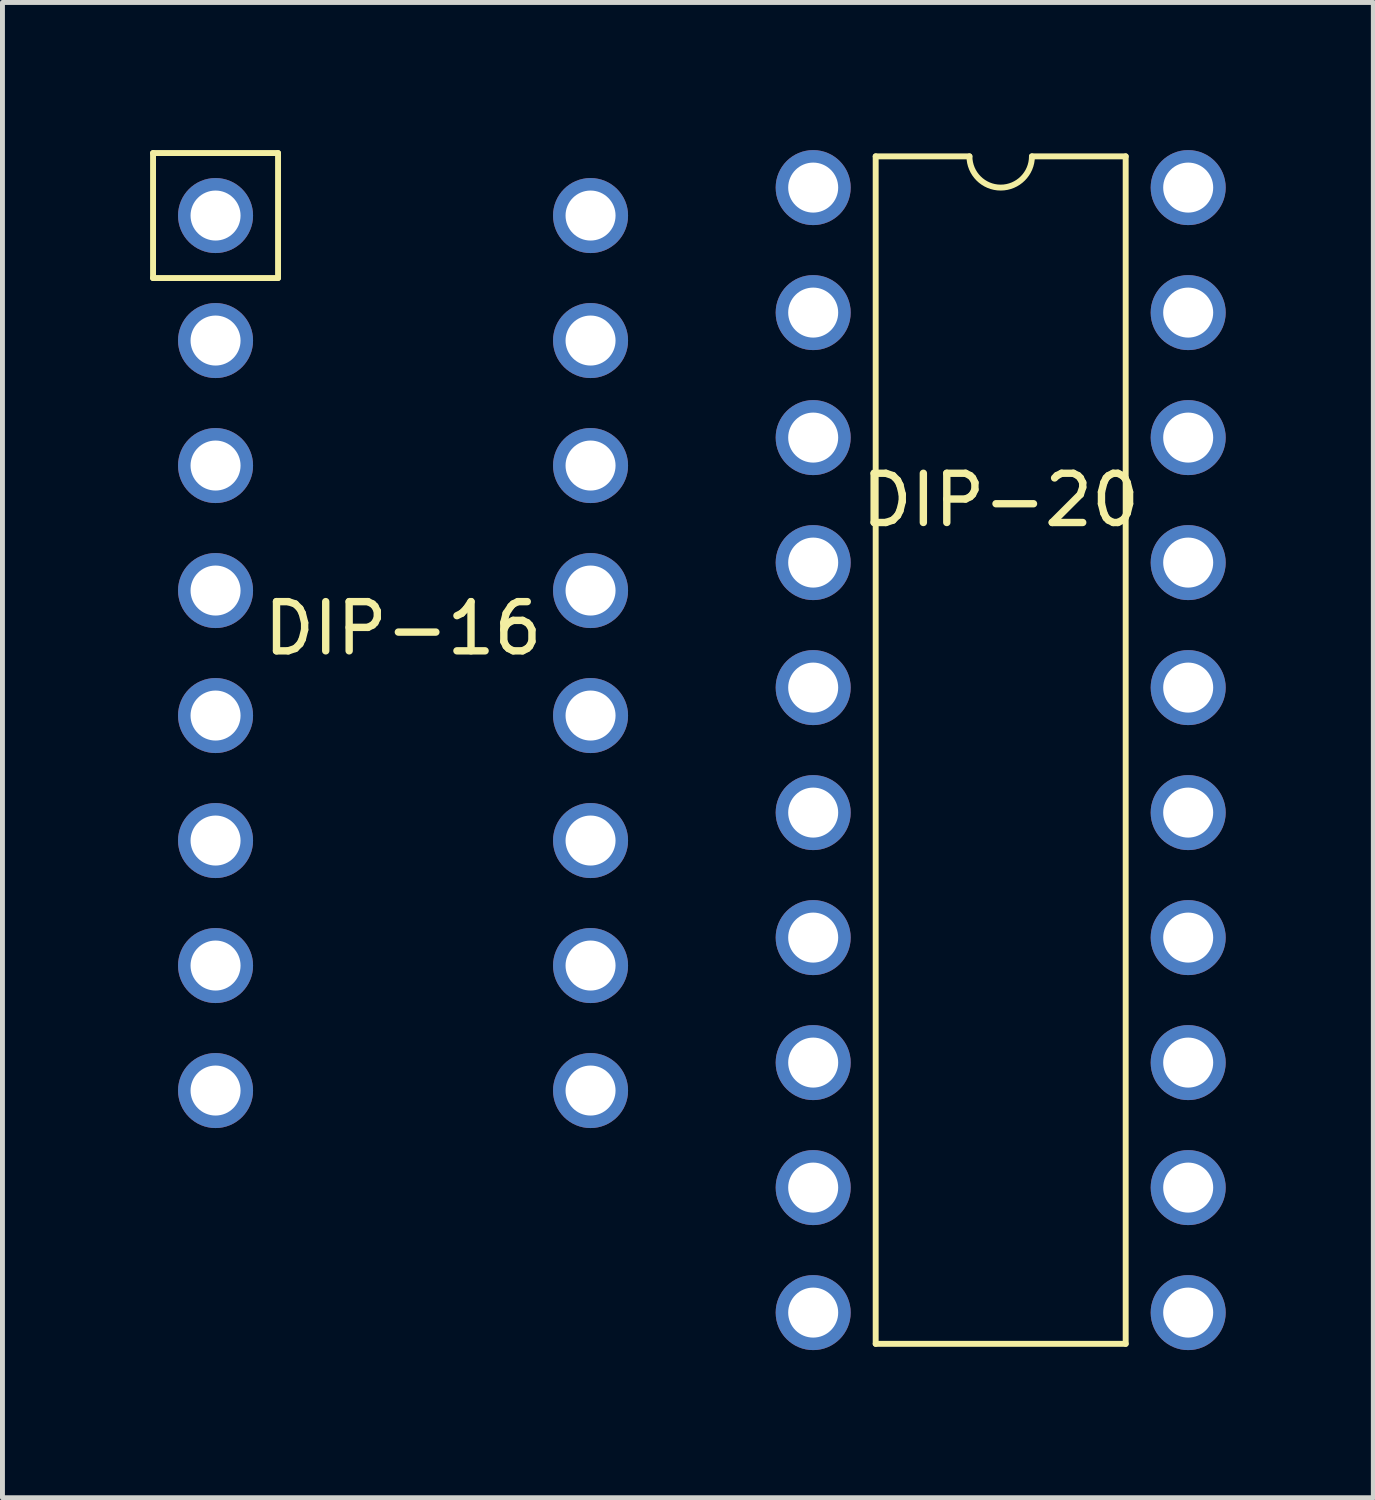
<source format=kicad_pcb>
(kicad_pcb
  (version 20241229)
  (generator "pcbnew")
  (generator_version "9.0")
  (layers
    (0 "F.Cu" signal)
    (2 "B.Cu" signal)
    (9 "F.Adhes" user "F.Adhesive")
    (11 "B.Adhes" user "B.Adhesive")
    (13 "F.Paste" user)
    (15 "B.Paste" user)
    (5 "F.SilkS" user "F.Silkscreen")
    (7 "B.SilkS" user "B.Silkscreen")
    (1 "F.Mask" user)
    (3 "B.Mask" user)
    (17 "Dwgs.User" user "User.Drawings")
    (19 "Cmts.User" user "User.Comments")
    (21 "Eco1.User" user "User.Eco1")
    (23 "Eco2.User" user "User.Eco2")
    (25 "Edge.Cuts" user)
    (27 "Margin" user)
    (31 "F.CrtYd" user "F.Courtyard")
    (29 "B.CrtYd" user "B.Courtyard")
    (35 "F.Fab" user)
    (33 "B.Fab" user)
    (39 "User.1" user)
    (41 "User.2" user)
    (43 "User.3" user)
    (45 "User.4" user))
  (footprint "DIP-20"
    (layer "F.Cu")
    (at 17.284 12.192)
    (property "Reference" "DIP-20" (at 0 -5.08 0) (unlocked yes) (layer "F.SilkS") (effects (font (size 1 1) (thickness 0.15))))
    (attr smd)
    (fp_line (start -2.54 -12.065) (end -2.54 12.065) (stroke (width 0.12) (type solid)) (layer "F.SilkS"))
    (fp_line (start -2.54 -12.065) (end -0.635 -12.065) (stroke (width 0.12) (type solid)) (layer "F.SilkS"))
    (fp_line (start -2.54 12.065) (end 2.54 12.065) (stroke (width 0.12) (type solid)) (layer "F.SilkS"))
    (fp_line (start 2.54 -12.065) (end 0.635 -12.065) (stroke (width 0.12) (type solid)) (layer "F.SilkS"))
    (fp_line (start 2.54 12.065) (end 2.54 -12.065) (stroke (width 0.12) (type solid)) (layer "F.SilkS"))
    (fp_arc (start 0.635 -12.065) (mid 0 -11.43) (end -0.635 -12.065) (stroke (width 0.12) (type solid)) (layer "F.SilkS"))
    (pad "1" thru_hole circle (at -3.81 -11.43) (size 1.524 1.524) (drill 1.016) (layers "*.Cu" "*.Mask"))
    (pad "2" thru_hole circle (at -3.81 -8.89) (size 1.524 1.524) (drill 1.016) (layers "*.Cu" "*.Mask"))
    (pad "3" thru_hole circle (at -3.81 -6.35) (size 1.524 1.524) (drill 1.016) (layers "*.Cu" "*.Mask"))
    (pad "4" thru_hole circle (at -3.81 -3.81) (size 1.524 1.524) (drill 1.016) (layers "*.Cu" "*.Mask"))
    (pad "5" thru_hole circle (at -3.81 -1.27) (size 1.524 1.524) (drill 1.016) (layers "*.Cu" "*.Mask"))
    (pad "6" thru_hole circle (at -3.81 1.27) (size 1.524 1.524) (drill 1.016) (layers "*.Cu" "*.Mask"))
    (pad "7" thru_hole circle (at -3.81 3.81) (size 1.524 1.524) (drill 1.016) (layers "*.Cu" "*.Mask"))
    (pad "8" thru_hole circle (at -3.81 6.35) (size 1.524 1.524) (drill 1.016) (layers "*.Cu" "*.Mask"))
    (pad "9" thru_hole circle (at -3.81 8.89) (size 1.524 1.524) (drill 1.016) (layers "*.Cu" "*.Mask"))
    (pad "10" thru_hole circle (at -3.81 11.43) (size 1.524 1.524) (drill 1.016) (layers "*.Cu" "*.Mask"))
    (pad "11" thru_hole circle (at 3.81 11.43) (size 1.524 1.524) (drill 1.016) (layers "*.Cu" "*.Mask"))
    (pad "12" thru_hole circle (at 3.81 8.89) (size 1.524 1.524) (drill 1.016) (layers "*.Cu" "*.Mask"))
    (pad "13" thru_hole circle (at 3.81 6.35) (size 1.524 1.524) (drill 1.016) (layers "*.Cu" "*.Mask"))
    (pad "14" thru_hole circle (at 3.81 3.81) (size 1.524 1.524) (drill 1.016) (layers "*.Cu" "*.Mask"))
    (pad "15" thru_hole circle (at 3.81 1.27) (size 1.524 1.524) (drill 1.016) (layers "*.Cu" "*.Mask"))
    (pad "16" thru_hole circle (at 3.81 -1.27) (size 1.524 1.524) (drill 1.016) (layers "*.Cu" "*.Mask"))
    (pad "17" thru_hole circle (at 3.81 -3.81) (size 1.524 1.524) (drill 1.016) (layers "*.Cu" "*.Mask"))
    (pad "18" thru_hole circle (at 3.81 -6.35) (size 1.524 1.524) (drill 1.016) (layers "*.Cu" "*.Mask"))
    (pad "19" thru_hole circle (at 3.81 -8.89) (size 1.524 1.524) (drill 1.016) (layers "*.Cu" "*.Mask"))
    (pad "20" thru_hole circle (at 3.81 -11.43) (size 1.524 1.524) (drill 1.016) (layers "*.Cu" "*.Mask")))
  (footprint "DIP-16"
    (layer "F.Cu")
    (at 5.14 10.22)
    (property "Reference" "DIP-16" (at 0 -0.5 0) (unlocked yes) (layer "F.SilkS") (effects (font (size 1 1) (thickness 0.15))))
    (attr smd)
    (fp_line (start -5.08 -10.16) (end -5.08 -7.62) (stroke (width 0.12) (type solid)) (layer "F.SilkS"))
    (fp_line (start -5.08 -7.62) (end -2.54 -7.62) (stroke (width 0.12) (type solid)) (layer "F.SilkS"))
    (fp_line (start -2.54 -10.16) (end -5.08 -10.16) (stroke (width 0.12) (type solid)) (layer "F.SilkS"))
    (fp_line (start -2.54 -7.62) (end -2.54 -10.16) (stroke (width 0.12) (type solid)) (layer "F.SilkS"))
    (pad "1" thru_hole circle (at -3.81 -8.89) (size 1.524 1.524) (drill 1.016) (layers "*.Cu" "*.Mask"))
    (pad "2" thru_hole circle (at -3.81 -6.35) (size 1.524 1.524) (drill 1.016) (layers "*.Cu" "*.Mask"))
    (pad "3" thru_hole circle (at -3.81 -3.81) (size 1.524 1.524) (drill 1.016) (layers "*.Cu" "*.Mask"))
    (pad "4" thru_hole circle (at -3.81 -1.27) (size 1.524 1.524) (drill 1.016) (layers "*.Cu" "*.Mask"))
    (pad "5" thru_hole circle (at -3.81 1.27) (size 1.524 1.524) (drill 1.016) (layers "*.Cu" "*.Mask"))
    (pad "6" thru_hole circle (at -3.81 3.81) (size 1.524 1.524) (drill 1.016) (layers "*.Cu" "*.Mask"))
    (pad "7" thru_hole circle (at -3.81 6.35) (size 1.524 1.524) (drill 1.016) (layers "*.Cu" "*.Mask"))
    (pad "8" thru_hole circle (at -3.81 8.89) (size 1.524 1.524) (drill 1.016) (layers "*.Cu" "*.Mask"))
    (pad "9" thru_hole circle (at 3.81 8.89) (size 1.524 1.524) (drill 1.016) (layers "*.Cu" "*.Mask"))
    (pad "10" thru_hole circle (at 3.81 6.35) (size 1.524 1.524) (drill 1.016) (layers "*.Cu" "*.Mask"))
    (pad "11" thru_hole circle (at 3.81 3.81) (size 1.524 1.524) (drill 1.016) (layers "*.Cu" "*.Mask"))
    (pad "12" thru_hole circle (at 3.81 1.27) (size 1.524 1.524) (drill 1.016) (layers "*.Cu" "*.Mask"))
    (pad "13" thru_hole circle (at 3.81 -1.27) (size 1.524 1.524) (drill 1.016) (layers "*.Cu" "*.Mask"))
    (pad "14" thru_hole circle (at 3.81 -3.81) (size 1.524 1.524) (drill 1.016) (layers "*.Cu" "*.Mask"))
    (pad "15" thru_hole circle (at 3.81 -6.35) (size 1.524 1.524) (drill 1.016) (layers "*.Cu" "*.Mask"))
    (pad "16" thru_hole circle (at 3.81 -8.89) (size 1.524 1.524) (drill 1.016) (layers "*.Cu" "*.Mask")))
  (gr_rect
    (start -3 -3)
    (end 24.856 27.384)
    (stroke (width 0.1) (type default))
    (fill no)
    (layer "Edge.Cuts")))
</source>
